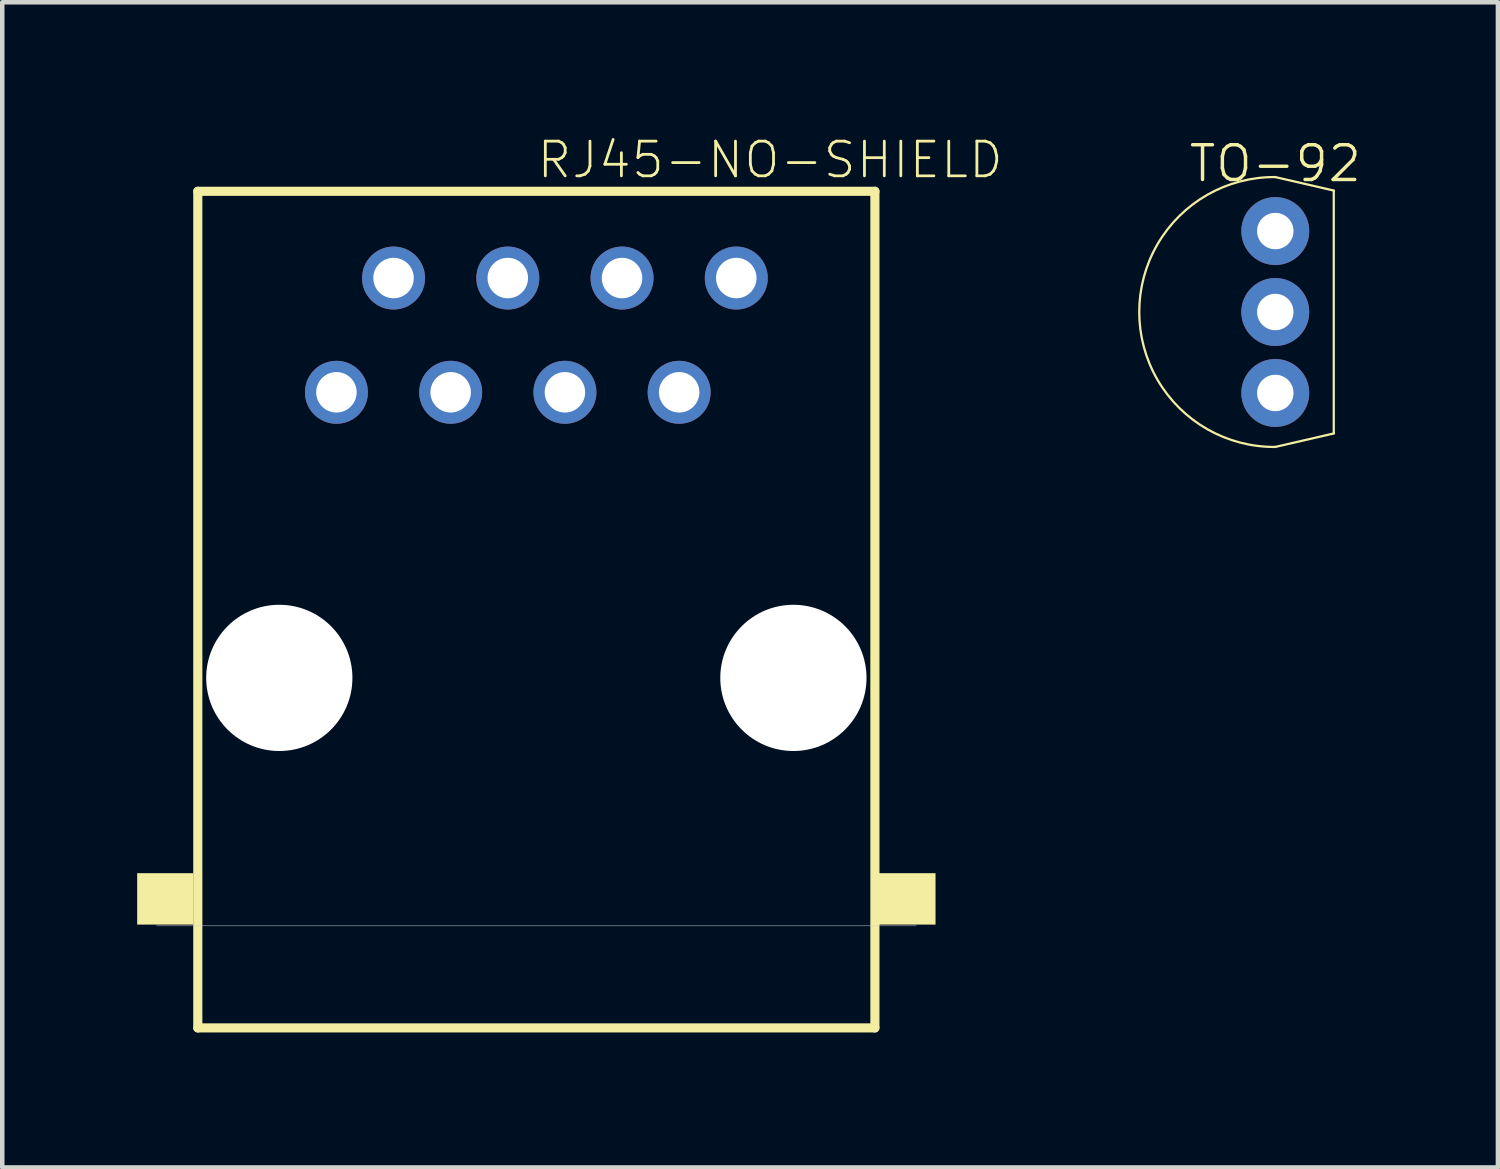
<source format=kicad_pcb>
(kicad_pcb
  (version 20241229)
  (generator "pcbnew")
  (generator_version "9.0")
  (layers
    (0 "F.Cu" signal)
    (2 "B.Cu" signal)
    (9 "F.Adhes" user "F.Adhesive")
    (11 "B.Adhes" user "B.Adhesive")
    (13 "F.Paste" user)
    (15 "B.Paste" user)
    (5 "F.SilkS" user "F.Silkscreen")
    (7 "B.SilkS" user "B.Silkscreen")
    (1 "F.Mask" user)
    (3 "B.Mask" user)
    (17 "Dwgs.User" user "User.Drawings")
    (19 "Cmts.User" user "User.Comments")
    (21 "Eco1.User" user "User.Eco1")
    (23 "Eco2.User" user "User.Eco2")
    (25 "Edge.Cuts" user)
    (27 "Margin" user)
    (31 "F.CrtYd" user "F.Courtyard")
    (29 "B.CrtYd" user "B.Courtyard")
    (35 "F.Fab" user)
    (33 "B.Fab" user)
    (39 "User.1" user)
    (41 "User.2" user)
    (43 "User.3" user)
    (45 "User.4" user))
  (footprint "TO-92"
    (layer "F.Cu")
    (at 25.304 3.887)
    (property "Reference" "TO-92" (at 0 -3.3 180) (layer "F.SilkS") (effects (font (size 0.772 0.772) (thickness 0.077))))
    (attr through_hole)
    (fp_line (start 0 -3) (end 1.3 -2.7) (stroke (width 0.05) (type solid)) (layer "F.SilkS"))
    (fp_line (start 1.3 -2.7) (end 1.3 2.7) (stroke (width 0.05) (type solid)) (layer "F.SilkS"))
    (fp_line (start 1.3 2.7) (end 0 3) (stroke (width 0.05) (type solid)) (layer "F.SilkS"))
    (fp_arc (start 0.000002 3) (mid -3.028936 0.000001) (end 0 -3) (stroke (width 0.05) (type solid)) (layer "F.SilkS"))
    (pad "1" thru_hole circle (at 0 1.8) (size 1.51 1.51) (drill 0.81) (layers "*.Cu" "*.Mask"))
    (pad "2" thru_hole circle (at 0 0) (size 1.51 1.51) (drill 0.81) (layers "*.Cu" "*.Mask"))
    (pad "3" thru_hole circle (at 0 -1.8) (size 1.51 1.51) (drill 0.81) (layers "*.Cu" "*.Mask")))
  (footprint "RJ45-NO-SHIELD"
    (layer "F.Cu")
    (at 8.875 12.022)
    (property "Reference" "RJ45-NO-SHIELD" (at -0.025 -11.065 0) (layer "F.SilkS") (effects (font (size 0.772 0.772) (thickness 0.062)) (justify left bottom)))
    (attr through_hole)
    (fp_line (start -7.527 -10.819) (end 7.527 -10.819) (stroke (width 0.203) (type solid)) (layer "F.SilkS"))
    (fp_line (start -7.527 7.782) (end -7.527 -10.819) (stroke (width 0.203) (type solid)) (layer "F.SilkS"))
    (fp_line (start 7.527 -10.819) (end 7.527 7.782) (stroke (width 0.203) (type solid)) (layer "F.SilkS"))
    (fp_line (start 7.527 7.782) (end -7.527 7.782) (stroke (width 0.203) (type solid)) (layer "F.SilkS"))
    (fp_poly (pts (xy -8.875 5.485) (xy -7.625 5.485) (xy -7.625 4.342) (xy -8.875 4.342)) (stroke (width 0) (type solid)) (fill yes) (layer "F.SilkS"))
    (fp_poly (pts (xy 7.6 5.485) (xy 8.875 5.485) (xy 8.875 4.342) (xy 7.6 4.342)) (stroke (width 0) (type solid)) (fill yes) (layer "F.SilkS"))
    (fp_line (start 8.445 5.512) (end -8.445 5.512) (stroke (width 0.01) (type solid)) (layer "Edge.Cuts"))
    (pad "" np_thru_hole circle (at -5.715 0) (size 3.251 3.251) (drill 3.251) (layers "*.Cu" "*.Mask"))
    (pad "" np_thru_hole circle (at 5.715 0) (size 3.251 3.251) (drill 3.251) (layers "*.Cu" "*.Mask"))
    (pad "1" thru_hole circle (at -4.445 -6.35) (size 1.4 1.4) (drill 0.9) (layers "*.Cu" "*.Mask"))
    (pad "2" thru_hole circle (at -3.175 -8.89) (size 1.4 1.4) (drill 0.9) (layers "*.Cu" "*.Mask"))
    (pad "3" thru_hole circle (at -1.905 -6.35) (size 1.4 1.4) (drill 0.9) (layers "*.Cu" "*.Mask"))
    (pad "4" thru_hole circle (at -0.635 -8.89) (size 1.4 1.4) (drill 0.9) (layers "*.Cu" "*.Mask"))
    (pad "5" thru_hole circle (at 0.635 -6.35) (size 1.4 1.4) (drill 0.9) (layers "*.Cu" "*.Mask"))
    (pad "6" thru_hole circle (at 1.905 -8.89) (size 1.4 1.4) (drill 0.9) (layers "*.Cu" "*.Mask"))
    (pad "7" thru_hole circle (at 3.175 -6.35) (size 1.4 1.4) (drill 0.9) (layers "*.Cu" "*.Mask"))
    (pad "8" thru_hole circle (at 4.445 -8.89) (size 1.4 1.4) (drill 0.9) (layers "*.Cu" "*.Mask")))
  (gr_rect
    (start -3 -3)
    (end 30.254 22.906)
    (stroke (width 0.1) (type default))
    (fill no)
    (layer "Edge.Cuts")))
</source>
